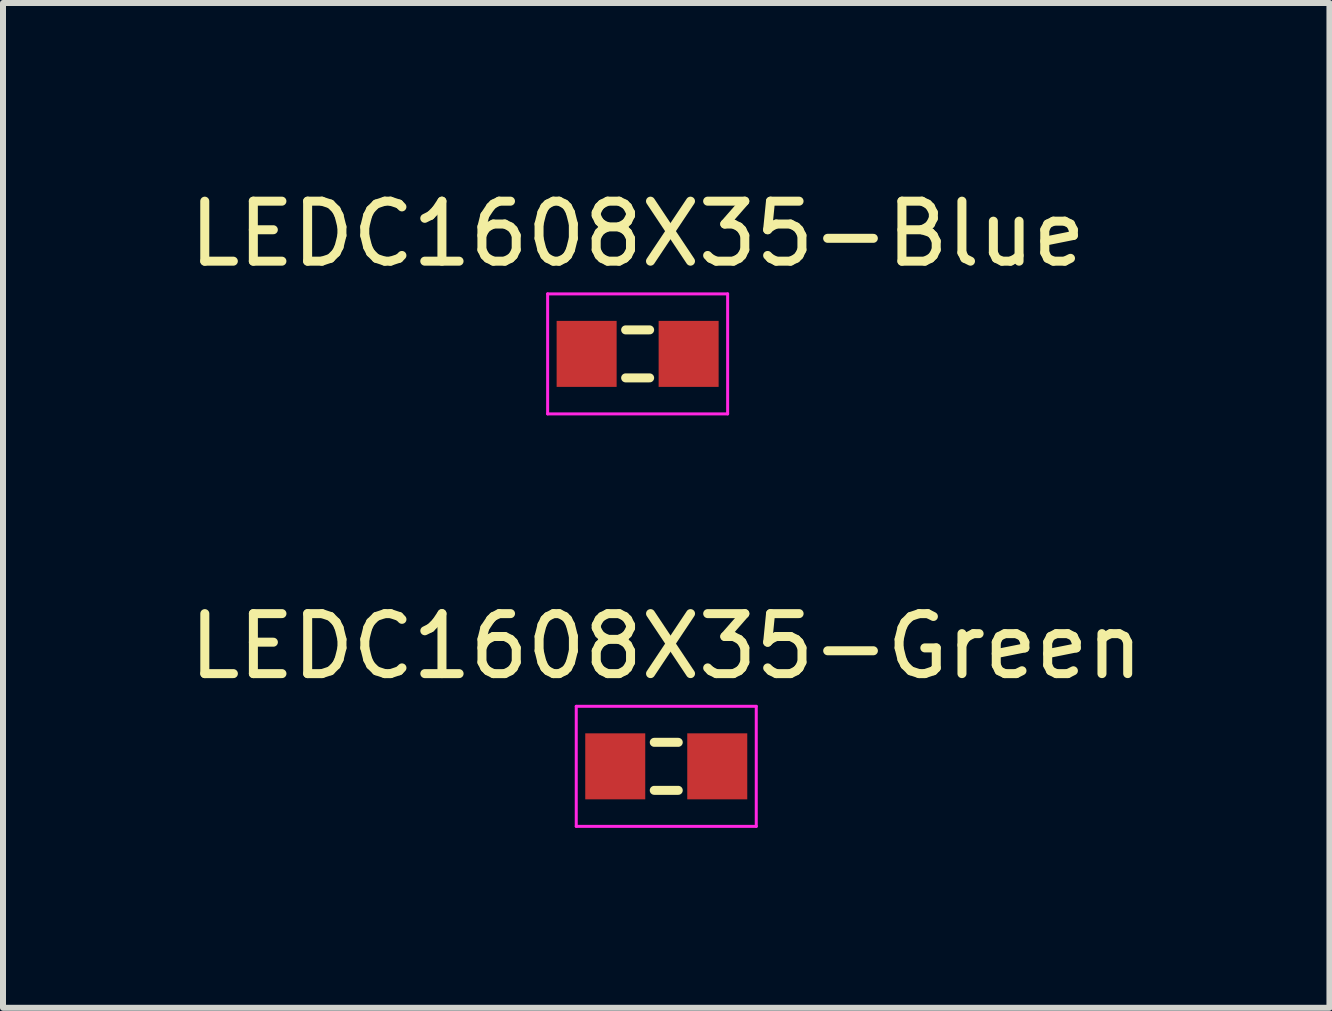
<source format=kicad_pcb>
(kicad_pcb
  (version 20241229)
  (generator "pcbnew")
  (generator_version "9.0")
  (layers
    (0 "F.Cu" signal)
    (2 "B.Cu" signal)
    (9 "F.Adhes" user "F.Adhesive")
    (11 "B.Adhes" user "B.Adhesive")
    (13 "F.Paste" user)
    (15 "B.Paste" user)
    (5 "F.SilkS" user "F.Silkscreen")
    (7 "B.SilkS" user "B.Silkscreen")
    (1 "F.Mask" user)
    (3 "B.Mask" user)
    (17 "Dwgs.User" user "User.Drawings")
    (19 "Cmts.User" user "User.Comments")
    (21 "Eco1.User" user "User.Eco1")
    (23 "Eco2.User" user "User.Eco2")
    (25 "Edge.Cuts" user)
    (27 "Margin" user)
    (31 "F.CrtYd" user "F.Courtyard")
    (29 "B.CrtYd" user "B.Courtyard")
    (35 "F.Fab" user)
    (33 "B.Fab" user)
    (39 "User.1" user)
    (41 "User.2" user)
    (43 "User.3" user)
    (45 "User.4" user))
  (footprint "LEDC1608X35-Green"
    (layer "F.Cu")
    (at 8.054 9.722)
    (property "Reference" "LEDC1608X35-Green" (at 0 -2 0) (layer "F.SilkS") (effects (font (size 1 1) (thickness 0.15))))
    (attr smd)
    (fp_line (start -0.2 -0.4) (end 0.2 -0.4) (stroke (width 0.15) (type solid)) (layer "F.SilkS"))
    (fp_line (start -0.2 0.4) (end 0.2 0.4) (stroke (width 0.15) (type solid)) (layer "F.SilkS"))
    (fp_line (start -1.5 -1) (end 1.5 -1) (stroke (width 0.05) (type solid)) (layer "F.CrtYd"))
    (fp_line (start -1.5 1) (end -1.5 -1) (stroke (width 0.05) (type solid)) (layer "F.CrtYd"))
    (fp_line (start 1.5 -1) (end 1.5 1) (stroke (width 0.05) (type solid)) (layer "F.CrtYd"))
    (fp_line (start 1.5 1) (end -1.5 1) (stroke (width 0.05) (type solid)) (layer "F.CrtYd"))
    (pad "1" smd rect (at -0.85 0) (size 1 1.1) (layers "F.Cu" "F.Mask" "F.Paste"))
    (pad "2" smd rect (at 0.85 0) (size 1 1.1) (layers "F.Cu" "F.Mask" "F.Paste")))
  (footprint "LEDC1608X35-Blue"
    (layer "F.Cu")
    (at 7.577 2.848)
    (property "Reference" "LEDC1608X35-Blue" (at 0 -2 0) (layer "F.SilkS") (effects (font (size 1 1) (thickness 0.15))))
    (attr smd)
    (fp_line (start -0.2 -0.4) (end 0.2 -0.4) (stroke (width 0.15) (type solid)) (layer "F.SilkS"))
    (fp_line (start -0.2 0.4) (end 0.2 0.4) (stroke (width 0.15) (type solid)) (layer "F.SilkS"))
    (fp_line (start -1.5 -1) (end 1.5 -1) (stroke (width 0.05) (type solid)) (layer "F.CrtYd"))
    (fp_line (start -1.5 1) (end -1.5 -1) (stroke (width 0.05) (type solid)) (layer "F.CrtYd"))
    (fp_line (start 1.5 -1) (end 1.5 1) (stroke (width 0.05) (type solid)) (layer "F.CrtYd"))
    (fp_line (start 1.5 1) (end -1.5 1) (stroke (width 0.05) (type solid)) (layer "F.CrtYd"))
    (pad "1" smd rect (at -0.85 0) (size 1 1.1) (layers "F.Cu" "F.Mask" "F.Paste"))
    (pad "2" smd rect (at 0.85 0) (size 1 1.1) (layers "F.Cu" "F.Mask" "F.Paste")))
  (gr_rect
    (start -3 -3)
    (end 19.107 13.746)
    (stroke (width 0.1) (type default))
    (fill no)
    (layer "Edge.Cuts")))
</source>
